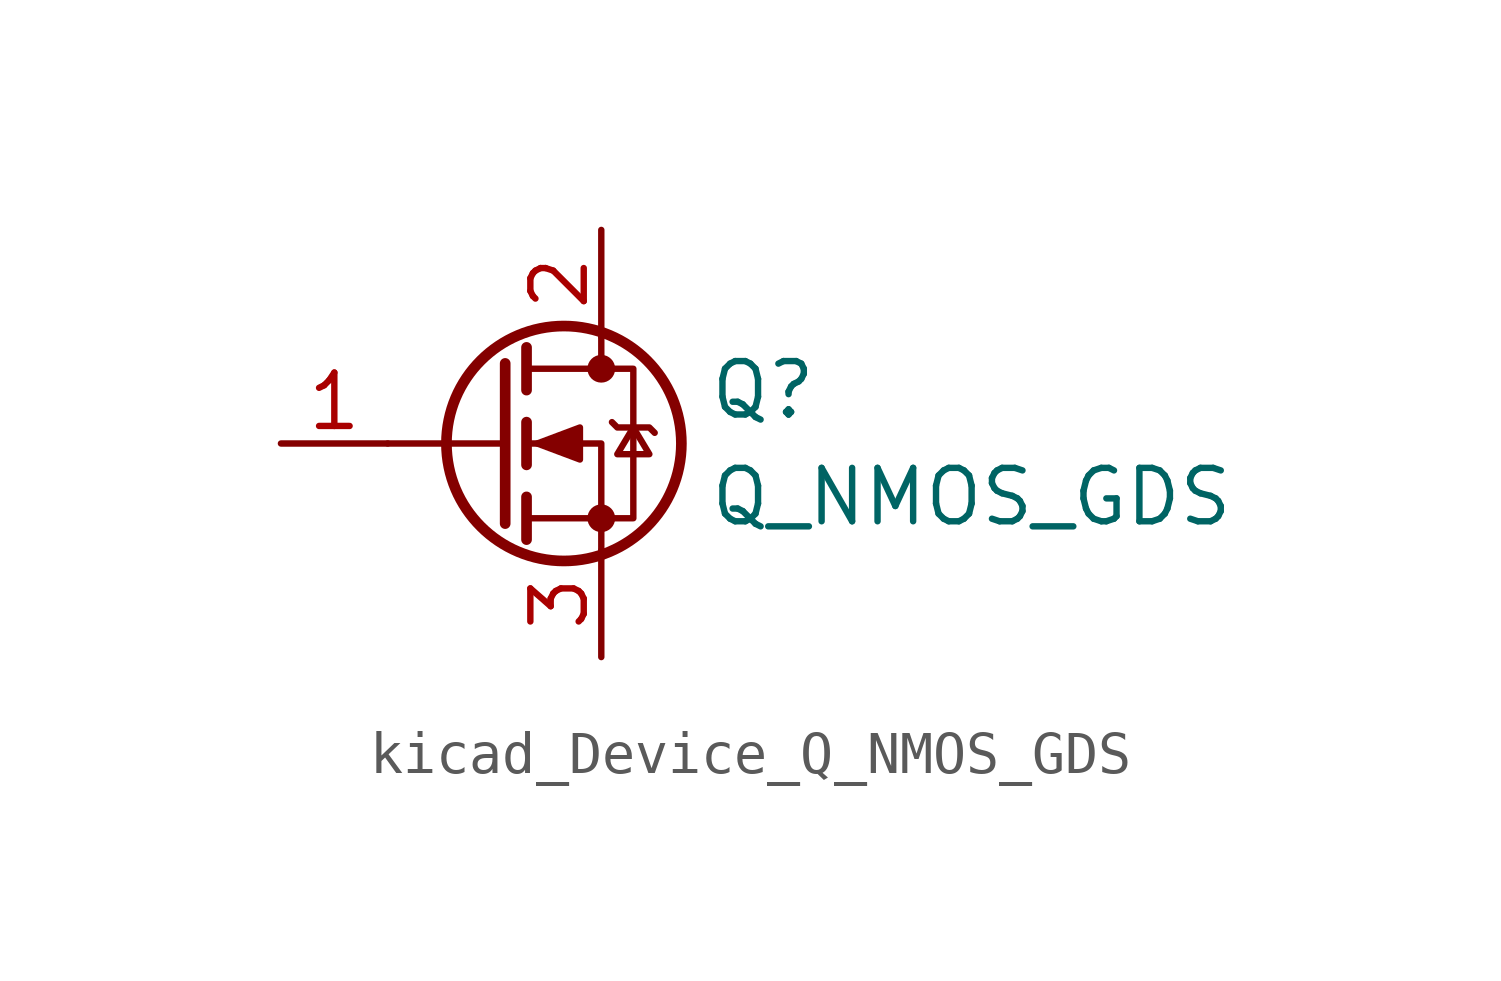
<source format=kicad_sym>
(kicad_symbol_lib
  (version 20220914)
  (generator kicad_symbol_editor)
  (symbol "kicad_Device_Q_NMOS_GDS"
    (pin_names
      (offset 0) hide)
    (property "Reference" "Q"
      (at 5.08 1.27 0)
      (effects (font (size 1.27 1.27)) (justify left)))
    (property "Value" "Q_NMOS_GDS"
      (at 5.08 -1.27 0)
      (effects (font (size 1.27 1.27)) (justify left)))
    (symbol "kicad_Device_Q_NMOS_GDS_0_1"
      (polyline (pts (xy 0.254 0) (xy -2.54 0)) (stroke (width 0) (type default)) (fill (type none)))
      (polyline (pts (xy 0.254 1.905) (xy 0.254 -1.905)) (stroke (width 0.254) (type default)) (fill (type none)))
      (polyline (pts (xy 0.762 -1.27) (xy 0.762 -2.286)) (stroke (width 0.254) (type default)) (fill (type none)))
      (polyline (pts (xy 0.762 0.508) (xy 0.762 -0.508)) (stroke (width 0.254) (type default)) (fill (type none)))
      (polyline (pts (xy 0.762 2.286) (xy 0.762 1.27)) (stroke (width 0.254) (type default)) (fill (type none)))
      (polyline (pts (xy 2.54 2.54) (xy 2.54 1.778)) (stroke (width 0) (type default)) (fill (type none)))
      (polyline (pts (xy 2.54 -2.54) (xy 2.54 0) (xy 0.762 0)) (stroke (width 0) (type default)) (fill (type none)))
      (polyline (pts (xy 0.762 -1.778) (xy 3.302 -1.778) (xy 3.302 1.778) (xy 0.762 1.778)) (stroke (width 0) (type default)) (fill (type none)))
      (polyline (pts (xy 1.016 0) (xy 2.032 0.381) (xy 2.032 -0.381) (xy 1.016 0)) (stroke (width 0) (type default)) (fill (type outline)))
      (polyline (pts (xy 2.794 0.508) (xy 2.921 0.381) (xy 3.683 0.381) (xy 3.81 0.254)) (stroke (width 0) (type default)) (fill (type none)))
      (polyline (pts (xy 3.302 0.381) (xy 2.921 -0.254) (xy 3.683 -0.254) (xy 3.302 0.381)) (stroke (width 0) (type default)) (fill (type none)))
      (circle (center 1.651 0) (radius 2.794) (stroke (width 0.254) (type default)) (fill (type none)))
      (circle (center 2.54 -1.778) (radius 0.254) (stroke (width 0) (type default)) (fill (type outline)))
      (circle (center 2.54 1.778) (radius 0.254) (stroke (width 0) (type default)) (fill (type outline))))
    (symbol "kicad_Device_Q_NMOS_GDS_1_1"
      (pin input line (at -5.08 0 0) (length 2.54) (name "G" (effects (font (size 1.27 1.27)))) (number "1" (effects (font (size 1.27 1.27)))))
      (pin passive line (at 2.54 5.08 270) (length 2.54) (name "D" (effects (font (size 1.27 1.27)))) (number "2" (effects (font (size 1.27 1.27)))))
      (pin passive line (at 2.54 -5.08 90) (length 2.54) (name "S" (effects (font (size 1.27 1.27)))) (number "3" (effects (font (size 1.27 1.27))))))))
</source>
